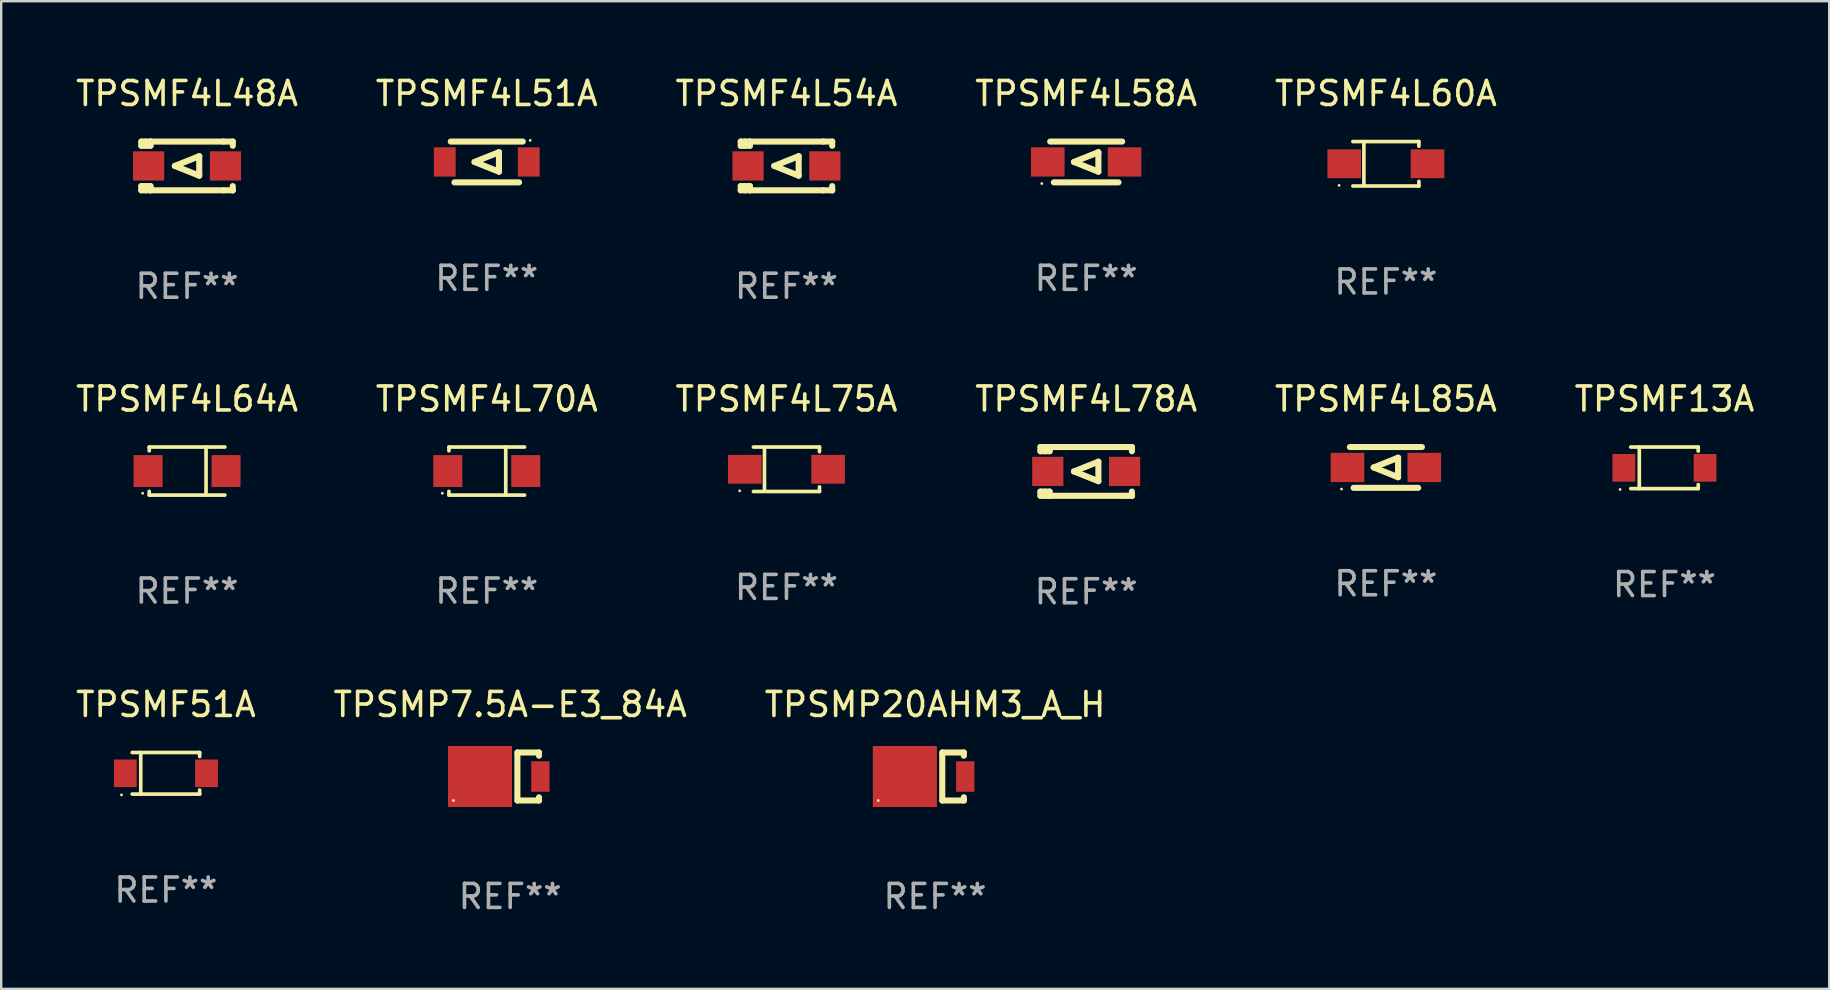
<source format=kicad_pcb>
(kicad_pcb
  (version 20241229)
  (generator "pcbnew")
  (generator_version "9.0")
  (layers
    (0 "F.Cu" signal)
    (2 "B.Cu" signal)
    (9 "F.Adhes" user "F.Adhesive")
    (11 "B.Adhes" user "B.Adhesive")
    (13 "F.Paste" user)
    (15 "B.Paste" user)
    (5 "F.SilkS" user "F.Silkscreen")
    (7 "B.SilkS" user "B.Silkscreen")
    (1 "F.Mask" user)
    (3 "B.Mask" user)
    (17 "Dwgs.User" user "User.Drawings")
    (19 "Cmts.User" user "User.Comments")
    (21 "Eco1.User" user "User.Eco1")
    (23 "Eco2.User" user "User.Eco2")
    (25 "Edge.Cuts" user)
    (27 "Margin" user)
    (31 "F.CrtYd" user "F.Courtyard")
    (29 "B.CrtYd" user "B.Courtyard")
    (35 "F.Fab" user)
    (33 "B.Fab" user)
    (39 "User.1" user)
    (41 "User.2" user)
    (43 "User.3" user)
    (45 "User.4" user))
  (footprint "TPSMF4L75A"
    (layer "F.Cu")
    (at 29.72 16.503)
    (property "Reference" "TPSMF4L75A" (at 0 -2.926 0) (layer "F.SilkS") (effects (font (size 1 1) (thickness 0.15))))
    (attr through_hole)
    (fp_line (start -1.376 -0.926) (end 1.376 -0.926) (stroke (width 0.152) (type solid)) (layer "F.SilkS"))
    (fp_line (start -1.376 0.926) (end 1.376 0.926) (stroke (width 0.152) (type solid)) (layer "F.SilkS"))
    (fp_line (start -0.917 -0.876) (end -0.917 0.876) (stroke (width 0.152) (type solid)) (layer "F.SilkS"))
    (fp_line (start 1.376 -0.926) (end 1.376 -0.733) (stroke (width 0.152) (type solid)) (layer "F.SilkS"))
    (fp_line (start 1.376 0.926) (end 1.376 0.733) (stroke (width 0.152) (type solid)) (layer "F.SilkS"))
    (fp_circle (center -1.95 0.9) (end -1.92 0.9) (stroke (width 0.06) (type solid)) (fill no) (layer "F.SilkS"))
    (fp_text user "REF**" (at 0 4.926 0) (layer "F.Fab") (effects (font (size 1 1) (thickness 0.15))))
    (pad "1" smd rect (at -1.735 0) (size 1.4 1.2) (layers "F.Cu" "F.Mask" "F.Paste"))
    (pad "2" smd rect (at 1.735 0) (size 1.4 1.2) (layers "F.Cu" "F.Mask" "F.Paste")))
  (footprint "TPSMP20AHM3_A_H"
    (layer "F.Cu")
    (at 35.911 29.305)
    (property "Reference" "TPSMP20AHM3_A_H" (at 0 -3 0) (layer "F.SilkS") (effects (font (size 1 1) (thickness 0.15))))
    (attr through_hole)
    (fp_line (start 0.3 -1) (end 0.3 1) (stroke (width 0.254) (type solid)) (layer "F.SilkS"))
    (fp_line (start 1.2 -1) (end 0.308 -1) (stroke (width 0.254) (type solid)) (layer "F.SilkS"))
    (fp_line (start 1.2 -1) (end 1.2 -0.866) (stroke (width 0.254) (type solid)) (layer "F.SilkS"))
    (fp_line (start 1.2 1) (end 0.308 1) (stroke (width 0.254) (type solid)) (layer "F.SilkS"))
    (fp_line (start 1.2 1) (end 1.2 0.866) (stroke (width 0.254) (type solid)) (layer "F.SilkS"))
    (fp_circle (center -2.368 1) (end -2.338 1) (stroke (width 0.06) (type solid)) (fill no) (layer "F.SilkS"))
    (fp_text user "REF**" (at 0 5 0) (layer "F.Fab") (effects (font (size 1 1) (thickness 0.15))))
    (pad "1" smd rect (at -1.258 0) (size 2.67 2.54) (layers "F.Cu" "F.Mask" "F.Paste"))
    (pad "2" smd rect (at 1.258 0) (size 0.762 1.27) (layers "F.Cu" "F.Mask" "F.Paste")))
  (footprint "TPSMF4L64A"
    (layer "F.Cu")
    (at 4.744 16.578)
    (property "Reference" "TPSMF4L64A" (at 0 -3.001 0) (layer "F.SilkS") (effects (font (size 1 1) (thickness 0.15))))
    (attr through_hole)
    (fp_line (start -1.576 -1.001) (end -1.576 -0.845) (stroke (width 0.152) (type solid)) (layer "F.SilkS"))
    (fp_line (start -1.576 -1.001) (end 1.576 -1.001) (stroke (width 0.152) (type solid)) (layer "F.SilkS"))
    (fp_line (start -1.576 0.845) (end -1.576 1.001) (stroke (width 0.152) (type solid)) (layer "F.SilkS"))
    (fp_line (start -1.576 1.001) (end 1.576 1.001) (stroke (width 0.152) (type solid)) (layer "F.SilkS"))
    (fp_line (start 0.791 -1.001) (end 0.791 1.001) (stroke (width 0.152) (type solid)) (layer "F.SilkS"))
    (fp_circle (center -1.85 0.925) (end -1.82 0.925) (stroke (width 0.06) (type solid)) (fill no) (layer "F.SilkS"))
    (fp_text user "REF**" (at 0 5.001 0) (layer "F.Fab") (effects (font (size 1 1) (thickness 0.15))))
    (pad "1" smd rect (at -1.624 0) (size 1.208 1.33) (layers "F.Cu" "F.Mask" "F.Paste"))
    (pad "2" smd rect (at 1.624 0) (size 1.208 1.33) (layers "F.Cu" "F.Mask" "F.Paste")))
  (footprint "TPSMF4L60A"
    (layer "F.Cu")
    (at 54.696 3.774)
    (property "Reference" "TPSMF4L60A" (at 0 -2.926 0) (layer "F.SilkS") (effects (font (size 1 1) (thickness 0.15))))
    (attr through_hole)
    (fp_line (start -1.376 -0.926) (end 1.376 -0.926) (stroke (width 0.152) (type solid)) (layer "F.SilkS"))
    (fp_line (start -1.376 0.926) (end 1.376 0.926) (stroke (width 0.152) (type solid)) (layer "F.SilkS"))
    (fp_line (start -0.917 -0.876) (end -0.917 0.876) (stroke (width 0.152) (type solid)) (layer "F.SilkS"))
    (fp_line (start 1.376 -0.926) (end 1.376 -0.733) (stroke (width 0.152) (type solid)) (layer "F.SilkS"))
    (fp_line (start 1.376 0.926) (end 1.376 0.733) (stroke (width 0.152) (type solid)) (layer "F.SilkS"))
    (fp_circle (center -1.95 0.9) (end -1.92 0.9) (stroke (width 0.06) (type solid)) (fill no) (layer "F.SilkS"))
    (fp_text user "REF**" (at 0 4.926 0) (layer "F.Fab") (effects (font (size 1 1) (thickness 0.15))))
    (pad "1" smd rect (at -1.735 0) (size 1.4 1.2) (layers "F.Cu" "F.Mask" "F.Paste"))
    (pad "2" smd rect (at 1.735 0) (size 1.4 1.2) (layers "F.Cu" "F.Mask" "F.Paste")))
  (footprint "TPSMF4L51A"
    (layer "F.Cu")
    (at 17.232 3.698)
    (property "Reference" "TPSMF4L51A" (at 0 -2.85 0) (layer "F.SilkS") (effects (font (size 1 1) (thickness 0.15))))
    (attr through_hole)
    (fp_line (start -1.5 -0.85) (end 1.5 -0.85) (stroke (width 0.254) (type solid)) (layer "F.SilkS"))
    (fp_line (start -0.508 0) (end 0.508 -0.406) (stroke (width 0.254) (type solid)) (layer "F.SilkS"))
    (fp_line (start 0.508 -0.406) (end 0.508 0.406) (stroke (width 0.254) (type solid)) (layer "F.SilkS"))
    (fp_line (start 0.508 0.406) (end -0.508 0) (stroke (width 0.254) (type solid)) (layer "F.SilkS"))
    (fp_line (start 1.346 0.85) (end -1.346 0.85) (stroke (width 0.254) (type solid)) (layer "F.SilkS"))
    (fp_circle (center 1.81 -0.9) (end 1.84 -0.9) (stroke (width 0.06) (type solid)) (fill no) (layer "F.SilkS"))
    (fp_text user "REF**" (at 0 4.85 0) (layer "F.Fab") (effects (font (size 1 1) (thickness 0.15))))
    (pad "1" smd rect (at 1.75 0) (size 0.909 1.219) (layers "F.Cu" "F.Mask" "F.Paste"))
    (pad "2" smd rect (at -1.75 0) (size 0.909 1.219) (layers "F.Cu" "F.Mask" "F.Paste")))
  (footprint "TPSMP7.5A-E3_84A"
    (layer "F.Cu")
    (at 18.208 29.305)
    (property "Reference" "TPSMP7.5A-E3_84A" (at 0 -3 0) (layer "F.SilkS") (effects (font (size 1 1) (thickness 0.15))))
    (attr through_hole)
    (fp_line (start 0.3 -1) (end 0.3 1) (stroke (width 0.254) (type solid)) (layer "F.SilkS"))
    (fp_line (start 1.2 -1) (end 0.308 -1) (stroke (width 0.254) (type solid)) (layer "F.SilkS"))
    (fp_line (start 1.2 -1) (end 1.2 -0.866) (stroke (width 0.254) (type solid)) (layer "F.SilkS"))
    (fp_line (start 1.2 1) (end 0.308 1) (stroke (width 0.254) (type solid)) (layer "F.SilkS"))
    (fp_line (start 1.2 1) (end 1.2 0.866) (stroke (width 0.254) (type solid)) (layer "F.SilkS"))
    (fp_circle (center -2.368 1) (end -2.338 1) (stroke (width 0.06) (type solid)) (fill no) (layer "F.SilkS"))
    (fp_text user "REF**" (at 0 5 0) (layer "F.Fab") (effects (font (size 1 1) (thickness 0.15))))
    (pad "1" smd rect (at -1.258 0) (size 2.67 2.54) (layers "F.Cu" "F.Mask" "F.Paste"))
    (pad "2" smd rect (at 1.258 0) (size 0.762 1.27) (layers "F.Cu" "F.Mask" "F.Paste")))
  (footprint "TPSMF4L70A"
    (layer "F.Cu")
    (at 17.232 16.578)
    (property "Reference" "TPSMF4L70A" (at 0 -3.001 0) (layer "F.SilkS") (effects (font (size 1 1) (thickness 0.15))))
    (attr through_hole)
    (fp_line (start -1.576 -1.001) (end -1.576 -0.845) (stroke (width 0.152) (type solid)) (layer "F.SilkS"))
    (fp_line (start -1.576 -1.001) (end 1.576 -1.001) (stroke (width 0.152) (type solid)) (layer "F.SilkS"))
    (fp_line (start -1.576 0.845) (end -1.576 1.001) (stroke (width 0.152) (type solid)) (layer "F.SilkS"))
    (fp_line (start -1.576 1.001) (end 1.576 1.001) (stroke (width 0.152) (type solid)) (layer "F.SilkS"))
    (fp_line (start 0.791 -1.001) (end 0.791 1.001) (stroke (width 0.152) (type solid)) (layer "F.SilkS"))
    (fp_circle (center -1.85 0.925) (end -1.82 0.925) (stroke (width 0.06) (type solid)) (fill no) (layer "F.SilkS"))
    (fp_text user "REF**" (at 0 5.001 0) (layer "F.Fab") (effects (font (size 1 1) (thickness 0.15))))
    (pad "1" smd rect (at -1.624 0) (size 1.208 1.33) (layers "F.Cu" "F.Mask" "F.Paste"))
    (pad "2" smd rect (at 1.624 0) (size 1.208 1.33) (layers "F.Cu" "F.Mask" "F.Paste")))
  (footprint "TPSMF4L78A"
    (layer "F.Cu")
    (at 42.208 16.593)
    (property "Reference" "TPSMF4L78A" (at 0 -3.016 0) (layer "F.SilkS") (effects (font (size 1 1) (thickness 0.15))))
    (attr through_hole)
    (fp_line (start -1.905 -1.016) (end -1.905 -0.841) (stroke (width 0.254) (type solid)) (layer "F.SilkS"))
    (fp_line (start -1.905 0.841) (end -1.905 1.016) (stroke (width 0.254) (type solid)) (layer "F.SilkS"))
    (fp_line (start -1.905 1.016) (end -1.524 1.016) (stroke (width 0.254) (type solid)) (layer "F.SilkS"))
    (fp_line (start -1.728 -1.016) (end -1.728 -0.841) (stroke (width 0.254) (type solid)) (layer "F.SilkS"))
    (fp_line (start -1.728 0.841) (end -1.728 1.016) (stroke (width 0.254) (type solid)) (layer "F.SilkS"))
    (fp_line (start -1.524 -1.016) (end -1.905 -1.016) (stroke (width 0.254) (type solid)) (layer "F.SilkS"))
    (fp_line (start -1.524 -0.841) (end -1.905 -0.841) (stroke (width 0.254) (type solid)) (layer "F.SilkS"))
    (fp_line (start -1.524 -0.841) (end -1.524 -1.016) (stroke (width 0.254) (type solid)) (layer "F.SilkS"))
    (fp_line (start -1.524 0.841) (end -1.905 0.841) (stroke (width 0.254) (type solid)) (layer "F.SilkS"))
    (fp_line (start -1.524 1.016) (end -1.524 0.841) (stroke (width 0.254) (type solid)) (layer "F.SilkS"))
    (fp_line (start -1.524 1.016) (end 1.524 1.016) (stroke (width 0.254) (type solid)) (layer "F.SilkS"))
    (fp_line (start -0.508 0) (end 0.508 -0.406) (stroke (width 0.254) (type solid)) (layer "F.SilkS"))
    (fp_line (start 0.508 -0.406) (end 0.508 0.406) (stroke (width 0.254) (type solid)) (layer "F.SilkS"))
    (fp_line (start 0.508 0.406) (end -0.508 0) (stroke (width 0.254) (type solid)) (layer "F.SilkS"))
    (fp_line (start 1.524 -1.016) (end -1.524 -1.016) (stroke (width 0.254) (type solid)) (layer "F.SilkS"))
    (fp_line (start 1.524 -1.016) (end 1.905 -1.016) (stroke (width 0.254) (type solid)) (layer "F.SilkS"))
    (fp_line (start 1.905 -1.016) (end 1.905 -0.841) (stroke (width 0.254) (type solid)) (layer "F.SilkS"))
    (fp_line (start 1.905 0.841) (end 1.905 1.016) (stroke (width 0.254) (type solid)) (layer "F.SilkS"))
    (fp_line (start 1.905 1.016) (end 1.524 1.016) (stroke (width 0.254) (type solid)) (layer "F.SilkS"))
    (fp_line (start 1.905 1.016) (end 1.905 1.016) (stroke (width 0.254) (type solid)) (layer "F.SilkS"))
    (fp_circle (center -1.85 0.925) (end -1.82 0.925) (stroke (width 0.06) (type solid)) (fill no) (layer "F.SilkS"))
    (fp_text user "REF**" (at 0 5.016 0) (layer "F.Fab") (effects (font (size 1 1) (thickness 0.15))))
    (pad "1" smd rect (at -1.6 0) (size 1.3 1.219) (layers "F.Cu" "F.Mask" "F.Paste"))
    (pad "2" smd rect (at 1.6 0) (size 1.3 1.219) (layers "F.Cu" "F.Mask" "F.Paste")))
  (footprint "TPSMF13A"
    (layer "F.Cu")
    (at 66.304 16.443)
    (property "Reference" "TPSMF13A" (at 0 -2.866 0) (layer "F.SilkS") (effects (font (size 1 1) (thickness 0.15))))
    (attr through_hole)
    (fp_line (start -1.406 -0.866) (end 1.406 -0.866) (stroke (width 0.152) (type solid)) (layer "F.SilkS"))
    (fp_line (start -1.406 0.866) (end 1.406 0.866) (stroke (width 0.152) (type solid)) (layer "F.SilkS"))
    (fp_line (start -1.049 -0.866) (end -1.049 0.866) (stroke (width 0.152) (type solid)) (layer "F.SilkS"))
    (fp_line (start 1.406 -0.866) (end 1.406 -0.698) (stroke (width 0.152) (type solid)) (layer "F.SilkS"))
    (fp_line (start 1.406 0.866) (end 1.406 0.698) (stroke (width 0.152) (type solid)) (layer "F.SilkS"))
    (fp_circle (center -1.851 0.9) (end -1.821 0.9) (stroke (width 0.06) (type solid)) (fill no) (layer "F.SilkS"))
    (fp_text user "REF**" (at 0 4.866 0) (layer "F.Fab") (effects (font (size 1 1) (thickness 0.15))))
    (pad "1" smd rect (at -1.692 0) (size 0.95 1.15) (layers "F.Cu" "F.Mask" "F.Paste"))
    (pad "2" smd rect (at 1.692 0) (size 0.95 1.15) (layers "F.Cu" "F.Mask" "F.Paste")))
  (footprint "TPSMF4L54A"
    (layer "F.Cu")
    (at 29.72 3.864)
    (property "Reference" "TPSMF4L54A" (at 0 -3.016 0) (layer "F.SilkS") (effects (font (size 1 1) (thickness 0.15))))
    (attr through_hole)
    (fp_line (start -1.905 -1.016) (end -1.905 -0.841) (stroke (width 0.254) (type solid)) (layer "F.SilkS"))
    (fp_line (start -1.905 0.841) (end -1.905 1.016) (stroke (width 0.254) (type solid)) (layer "F.SilkS"))
    (fp_line (start -1.905 1.016) (end -1.524 1.016) (stroke (width 0.254) (type solid)) (layer "F.SilkS"))
    (fp_line (start -1.728 -1.016) (end -1.728 -0.841) (stroke (width 0.254) (type solid)) (layer "F.SilkS"))
    (fp_line (start -1.728 0.841) (end -1.728 1.016) (stroke (width 0.254) (type solid)) (layer "F.SilkS"))
    (fp_line (start -1.524 -1.016) (end -1.905 -1.016) (stroke (width 0.254) (type solid)) (layer "F.SilkS"))
    (fp_line (start -1.524 -0.841) (end -1.905 -0.841) (stroke (width 0.254) (type solid)) (layer "F.SilkS"))
    (fp_line (start -1.524 -0.841) (end -1.524 -1.016) (stroke (width 0.254) (type solid)) (layer "F.SilkS"))
    (fp_line (start -1.524 0.841) (end -1.905 0.841) (stroke (width 0.254) (type solid)) (layer "F.SilkS"))
    (fp_line (start -1.524 1.016) (end -1.524 0.841) (stroke (width 0.254) (type solid)) (layer "F.SilkS"))
    (fp_line (start -1.524 1.016) (end 1.524 1.016) (stroke (width 0.254) (type solid)) (layer "F.SilkS"))
    (fp_line (start -0.508 0) (end 0.508 -0.406) (stroke (width 0.254) (type solid)) (layer "F.SilkS"))
    (fp_line (start 0.508 -0.406) (end 0.508 0.406) (stroke (width 0.254) (type solid)) (layer "F.SilkS"))
    (fp_line (start 0.508 0.406) (end -0.508 0) (stroke (width 0.254) (type solid)) (layer "F.SilkS"))
    (fp_line (start 1.524 -1.016) (end -1.524 -1.016) (stroke (width 0.254) (type solid)) (layer "F.SilkS"))
    (fp_line (start 1.524 -1.016) (end 1.905 -1.016) (stroke (width 0.254) (type solid)) (layer "F.SilkS"))
    (fp_line (start 1.905 -1.016) (end 1.905 -0.841) (stroke (width 0.254) (type solid)) (layer "F.SilkS"))
    (fp_line (start 1.905 0.841) (end 1.905 1.016) (stroke (width 0.254) (type solid)) (layer "F.SilkS"))
    (fp_line (start 1.905 1.016) (end 1.524 1.016) (stroke (width 0.254) (type solid)) (layer "F.SilkS"))
    (fp_line (start 1.905 1.016) (end 1.905 1.016) (stroke (width 0.254) (type solid)) (layer "F.SilkS"))
    (fp_circle (center -1.85 0.925) (end -1.82 0.925) (stroke (width 0.06) (type solid)) (fill no) (layer "F.SilkS"))
    (fp_text user "REF**" (at 0 5.016 0) (layer "F.Fab") (effects (font (size 1 1) (thickness 0.15))))
    (pad "1" smd rect (at -1.6 0) (size 1.3 1.219) (layers "F.Cu" "F.Mask" "F.Paste"))
    (pad "2" smd rect (at 1.6 0) (size 1.3 1.219) (layers "F.Cu" "F.Mask" "F.Paste")))
  (footprint "TPSMF4L58A"
    (layer "F.Cu")
    (at 42.208 3.698)
    (property "Reference" "TPSMF4L58A" (at 0 -2.85 0) (layer "F.SilkS") (effects (font (size 1 1) (thickness 0.15))))
    (attr through_hole)
    (fp_line (start -1.346 0.85) (end 1.346 0.85) (stroke (width 0.254) (type solid)) (layer "F.SilkS"))
    (fp_line (start -0.508 0) (end 0.508 -0.406) (stroke (width 0.254) (type solid)) (layer "F.SilkS"))
    (fp_line (start 0.508 -0.406) (end 0.508 0.406) (stroke (width 0.254) (type solid)) (layer "F.SilkS"))
    (fp_line (start 0.508 0.406) (end -0.508 0) (stroke (width 0.254) (type solid)) (layer "F.SilkS"))
    (fp_line (start 1.5 -0.85) (end -1.5 -0.85) (stroke (width 0.254) (type solid)) (layer "F.SilkS"))
    (fp_circle (center -1.85 0.9) (end -1.82 0.9) (stroke (width 0.06) (type solid)) (fill no) (layer "F.SilkS"))
    (fp_text user "REF**" (at 0 4.85 0) (layer "F.Fab") (effects (font (size 1 1) (thickness 0.15))))
    (pad "1" smd rect (at -1.6 0) (size 1.4 1.219) (layers "F.Cu" "F.Mask" "F.Paste"))
    (pad "2" smd rect (at 1.6 0) (size 1.4 1.219) (layers "F.Cu" "F.Mask" "F.Paste")))
  (footprint "TPSMF51A"
    (layer "F.Cu")
    (at 3.863 29.171)
    (property "Reference" "TPSMF51A" (at 0 -2.866 0) (layer "F.SilkS") (effects (font (size 1 1) (thickness 0.15))))
    (attr through_hole)
    (fp_line (start -1.406 -0.866) (end 1.406 -0.866) (stroke (width 0.152) (type solid)) (layer "F.SilkS"))
    (fp_line (start -1.406 0.866) (end 1.406 0.866) (stroke (width 0.152) (type solid)) (layer "F.SilkS"))
    (fp_line (start -1.049 -0.866) (end -1.049 0.866) (stroke (width 0.152) (type solid)) (layer "F.SilkS"))
    (fp_line (start 1.406 -0.866) (end 1.406 -0.698) (stroke (width 0.152) (type solid)) (layer "F.SilkS"))
    (fp_line (start 1.406 0.866) (end 1.406 0.698) (stroke (width 0.152) (type solid)) (layer "F.SilkS"))
    (fp_circle (center -1.851 0.9) (end -1.821 0.9) (stroke (width 0.06) (type solid)) (fill no) (layer "F.SilkS"))
    (fp_text user "REF**" (at 0 4.866 0) (layer "F.Fab") (effects (font (size 1 1) (thickness 0.15))))
    (pad "1" smd rect (at -1.692 0) (size 0.95 1.15) (layers "F.Cu" "F.Mask" "F.Paste"))
    (pad "2" smd rect (at 1.692 0) (size 0.95 1.15) (layers "F.Cu" "F.Mask" "F.Paste")))
  (footprint "TPSMF4L85A"
    (layer "F.Cu")
    (at 54.696 16.427)
    (property "Reference" "TPSMF4L85A" (at 0 -2.85 0) (layer "F.SilkS") (effects (font (size 1 1) (thickness 0.15))))
    (attr through_hole)
    (fp_line (start -1.346 0.85) (end 1.346 0.85) (stroke (width 0.254) (type solid)) (layer "F.SilkS"))
    (fp_line (start -0.508 0) (end 0.508 -0.406) (stroke (width 0.254) (type solid)) (layer "F.SilkS"))
    (fp_line (start 0.508 -0.406) (end 0.508 0.406) (stroke (width 0.254) (type solid)) (layer "F.SilkS"))
    (fp_line (start 0.508 0.406) (end -0.508 0) (stroke (width 0.254) (type solid)) (layer "F.SilkS"))
    (fp_line (start 1.5 -0.85) (end -1.5 -0.85) (stroke (width 0.254) (type solid)) (layer "F.SilkS"))
    (fp_circle (center -1.85 0.9) (end -1.82 0.9) (stroke (width 0.06) (type solid)) (fill no) (layer "F.SilkS"))
    (fp_text user "REF**" (at 0 4.85 0) (layer "F.Fab") (effects (font (size 1 1) (thickness 0.15))))
    (pad "1" smd rect (at -1.6 0) (size 1.4 1.219) (layers "F.Cu" "F.Mask" "F.Paste"))
    (pad "2" smd rect (at 1.6 0) (size 1.4 1.219) (layers "F.Cu" "F.Mask" "F.Paste")))
  (footprint "TPSMF4L48A"
    (layer "F.Cu")
    (at 4.744 3.864)
    (property "Reference" "TPSMF4L48A" (at 0 -3.016 0) (layer "F.SilkS") (effects (font (size 1 1) (thickness 0.15))))
    (attr through_hole)
    (fp_line (start -1.905 -1.016) (end -1.905 -0.841) (stroke (width 0.254) (type solid)) (layer "F.SilkS"))
    (fp_line (start -1.905 0.841) (end -1.905 1.016) (stroke (width 0.254) (type solid)) (layer "F.SilkS"))
    (fp_line (start -1.905 1.016) (end -1.524 1.016) (stroke (width 0.254) (type solid)) (layer "F.SilkS"))
    (fp_line (start -1.728 -1.016) (end -1.728 -0.841) (stroke (width 0.254) (type solid)) (layer "F.SilkS"))
    (fp_line (start -1.728 0.841) (end -1.728 1.016) (stroke (width 0.254) (type solid)) (layer "F.SilkS"))
    (fp_line (start -1.524 -1.016) (end -1.905 -1.016) (stroke (width 0.254) (type solid)) (layer "F.SilkS"))
    (fp_line (start -1.524 -0.841) (end -1.905 -0.841) (stroke (width 0.254) (type solid)) (layer "F.SilkS"))
    (fp_line (start -1.524 -0.841) (end -1.524 -1.016) (stroke (width 0.254) (type solid)) (layer "F.SilkS"))
    (fp_line (start -1.524 0.841) (end -1.905 0.841) (stroke (width 0.254) (type solid)) (layer "F.SilkS"))
    (fp_line (start -1.524 1.016) (end -1.524 0.841) (stroke (width 0.254) (type solid)) (layer "F.SilkS"))
    (fp_line (start -1.524 1.016) (end 1.524 1.016) (stroke (width 0.254) (type solid)) (layer "F.SilkS"))
    (fp_line (start -0.508 0) (end 0.508 -0.406) (stroke (width 0.254) (type solid)) (layer "F.SilkS"))
    (fp_line (start 0.508 -0.406) (end 0.508 0.406) (stroke (width 0.254) (type solid)) (layer "F.SilkS"))
    (fp_line (start 0.508 0.406) (end -0.508 0) (stroke (width 0.254) (type solid)) (layer "F.SilkS"))
    (fp_line (start 1.524 -1.016) (end -1.524 -1.016) (stroke (width 0.254) (type solid)) (layer "F.SilkS"))
    (fp_line (start 1.524 -1.016) (end 1.905 -1.016) (stroke (width 0.254) (type solid)) (layer "F.SilkS"))
    (fp_line (start 1.905 -1.016) (end 1.905 -0.841) (stroke (width 0.254) (type solid)) (layer "F.SilkS"))
    (fp_line (start 1.905 0.841) (end 1.905 1.016) (stroke (width 0.254) (type solid)) (layer "F.SilkS"))
    (fp_line (start 1.905 1.016) (end 1.524 1.016) (stroke (width 0.254) (type solid)) (layer "F.SilkS"))
    (fp_line (start 1.905 1.016) (end 1.905 1.016) (stroke (width 0.254) (type solid)) (layer "F.SilkS"))
    (fp_circle (center -1.85 0.925) (end -1.82 0.925) (stroke (width 0.06) (type solid)) (fill no) (layer "F.SilkS"))
    (fp_text user "REF**" (at 0 5.016 0) (layer "F.Fab") (effects (font (size 1 1) (thickness 0.15))))
    (pad "1" smd rect (at -1.6 0) (size 1.3 1.219) (layers "F.Cu" "F.Mask" "F.Paste"))
    (pad "2" smd rect (at 1.6 0) (size 1.3 1.219) (layers "F.Cu" "F.Mask" "F.Paste")))
  (gr_rect
    (start -3 -3)
    (end 73.167 38.154)
    (stroke (width 0.1) (type default))
    (fill no)
    (layer "Edge.Cuts")))
</source>
